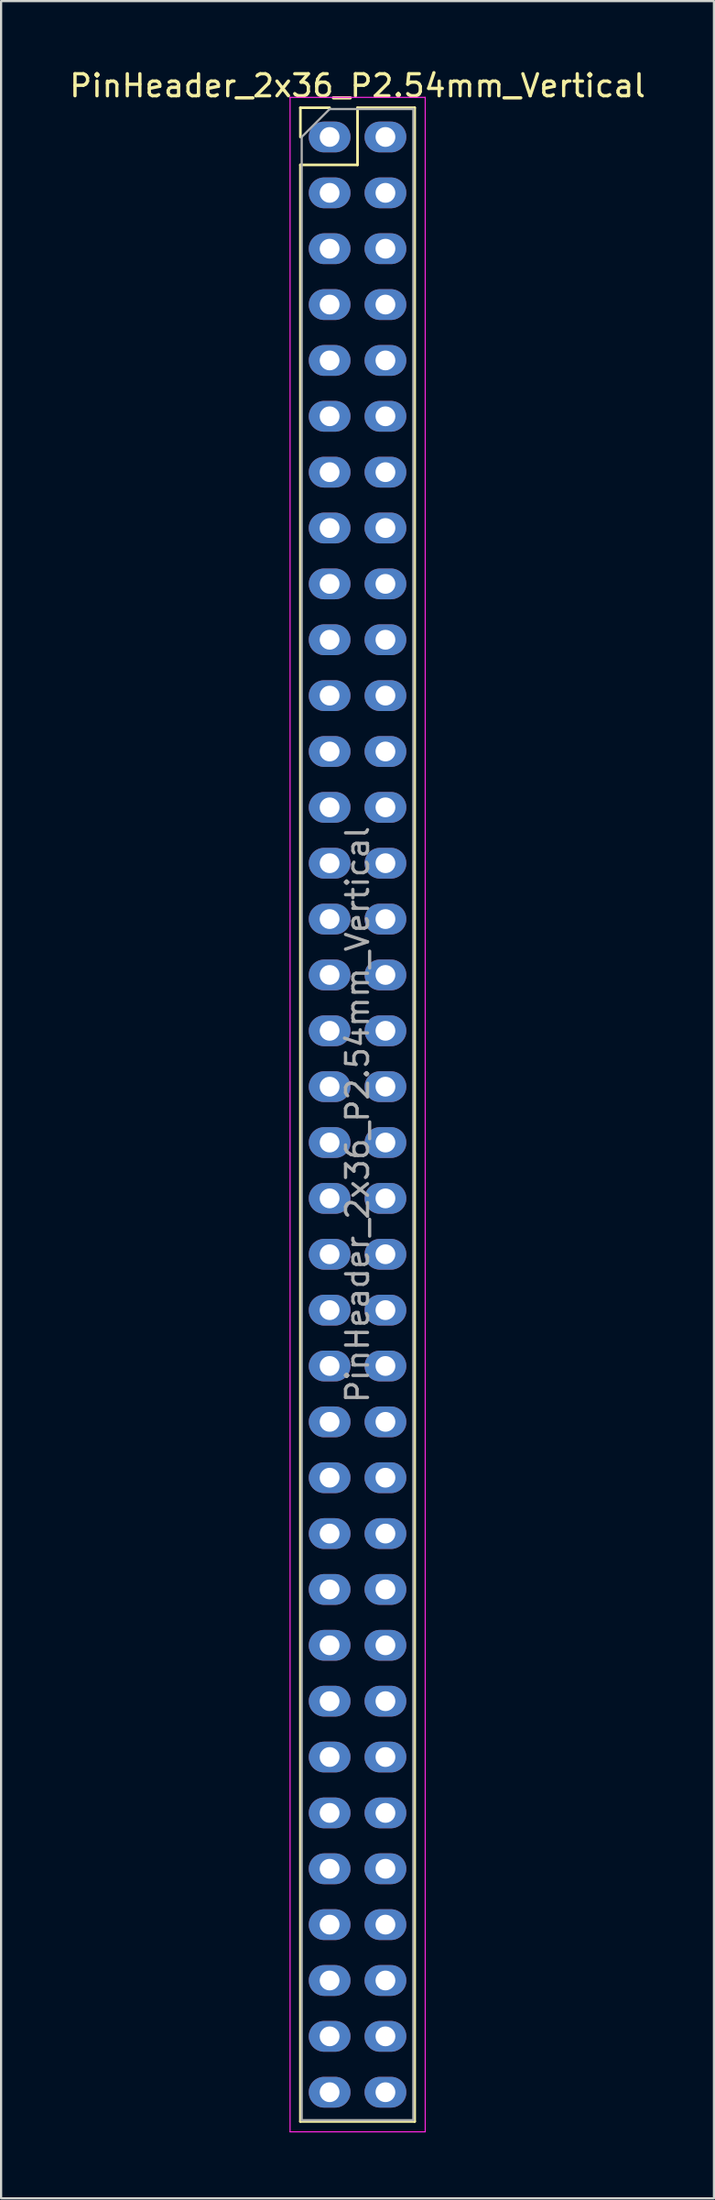
<source format=kicad_pcb>
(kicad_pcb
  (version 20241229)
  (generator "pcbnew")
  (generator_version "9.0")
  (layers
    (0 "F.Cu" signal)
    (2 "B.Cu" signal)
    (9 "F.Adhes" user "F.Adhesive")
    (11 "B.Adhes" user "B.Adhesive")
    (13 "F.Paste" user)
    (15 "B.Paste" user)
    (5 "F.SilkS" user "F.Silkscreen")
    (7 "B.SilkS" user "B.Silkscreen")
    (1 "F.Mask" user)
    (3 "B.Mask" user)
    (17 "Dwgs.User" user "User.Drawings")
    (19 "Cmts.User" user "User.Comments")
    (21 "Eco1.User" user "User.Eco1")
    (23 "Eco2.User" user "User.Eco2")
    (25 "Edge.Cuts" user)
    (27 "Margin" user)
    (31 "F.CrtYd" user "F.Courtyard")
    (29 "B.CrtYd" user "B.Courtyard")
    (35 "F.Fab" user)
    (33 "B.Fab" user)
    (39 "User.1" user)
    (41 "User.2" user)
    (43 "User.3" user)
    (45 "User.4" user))
  (footprint "PinHeader_2x36_P2.54mm_Vertical"
    (layer "F.Cu")
    (at 11.95 3.178)
    (property "Reference" "PinHeader_2x36_P2.54mm_Vertical" (at 1.27 -2.33 0) (layer "F.SilkS") (effects (font (size 1 1) (thickness 0.15))))
    (attr through_hole)
    (fp_line (start -1.33 -1.33) (end 0 -1.33) (stroke (width 0.12) (type solid)) (layer "F.SilkS"))
    (fp_line (start -1.33 0) (end -1.33 -1.33) (stroke (width 0.12) (type solid)) (layer "F.SilkS"))
    (fp_line (start -1.33 1.27) (end -1.33 90.23) (stroke (width 0.12) (type solid)) (layer "F.SilkS"))
    (fp_line (start -1.33 1.27) (end 1.27 1.27) (stroke (width 0.12) (type solid)) (layer "F.SilkS"))
    (fp_line (start -1.33 90.23) (end 3.87 90.23) (stroke (width 0.12) (type solid)) (layer "F.SilkS"))
    (fp_line (start 1.27 -1.33) (end 3.87 -1.33) (stroke (width 0.12) (type solid)) (layer "F.SilkS"))
    (fp_line (start 1.27 1.27) (end 1.27 -1.33) (stroke (width 0.12) (type solid)) (layer "F.SilkS"))
    (fp_line (start 3.87 -1.33) (end 3.87 90.23) (stroke (width 0.12) (type solid)) (layer "F.SilkS"))
    (fp_line (start -1.8 -1.8) (end -1.8 90.7) (stroke (width 0.05) (type solid)) (layer "F.CrtYd"))
    (fp_line (start -1.8 90.7) (end 4.35 90.7) (stroke (width 0.05) (type solid)) (layer "F.CrtYd"))
    (fp_line (start 4.35 -1.8) (end -1.8 -1.8) (stroke (width 0.05) (type solid)) (layer "F.CrtYd"))
    (fp_line (start 4.35 90.7) (end 4.35 -1.8) (stroke (width 0.05) (type solid)) (layer "F.CrtYd"))
    (fp_line (start -1.27 0) (end 0 -1.27) (stroke (width 0.1) (type solid)) (layer "F.Fab"))
    (fp_line (start -1.27 90.17) (end -1.27 0) (stroke (width 0.1) (type solid)) (layer "F.Fab"))
    (fp_line (start 0 -1.27) (end 3.81 -1.27) (stroke (width 0.1) (type solid)) (layer "F.Fab"))
    (fp_line (start 3.81 -1.27) (end 3.81 90.17) (stroke (width 0.1) (type solid)) (layer "F.Fab"))
    (fp_line (start 3.81 90.17) (end -1.27 90.17) (stroke (width 0.1) (type solid)) (layer "F.Fab"))
    (fp_text user "${REFERENCE}" (at 1.27 44.45 90) (layer "F.Fab") (effects (font (size 1 1) (thickness 0.15))))
    (pad "1" thru_hole oval (at 0 0 90) (size 1.4 1.9) (drill 0.9) (layers "*.Cu" "*.Mask"))
    (pad "2" thru_hole oval (at 2.54 0 90) (size 1.4 1.9) (drill 0.9) (layers "*.Cu" "*.Mask"))
    (pad "3" thru_hole oval (at 0 2.54 90) (size 1.4 1.9) (drill 0.9) (layers "*.Cu" "*.Mask"))
    (pad "4" thru_hole oval (at 2.54 2.54 90) (size 1.4 1.9) (drill 0.9) (layers "*.Cu" "*.Mask"))
    (pad "5" thru_hole oval (at 0 5.08 90) (size 1.4 1.9) (drill 0.9) (layers "*.Cu" "*.Mask"))
    (pad "6" thru_hole oval (at 2.54 5.08 90) (size 1.4 1.9) (drill 0.9) (layers "*.Cu" "*.Mask"))
    (pad "7" thru_hole oval (at 0 7.62 90) (size 1.4 1.9) (drill 0.9) (layers "*.Cu" "*.Mask"))
    (pad "8" thru_hole oval (at 2.54 7.62 90) (size 1.4 1.9) (drill 0.9) (layers "*.Cu" "*.Mask"))
    (pad "9" thru_hole oval (at 0 10.16 90) (size 1.4 1.9) (drill 0.9) (layers "*.Cu" "*.Mask"))
    (pad "10" thru_hole oval (at 2.54 10.16 90) (size 1.4 1.9) (drill 0.9) (layers "*.Cu" "*.Mask"))
    (pad "11" thru_hole oval (at 0 12.7 90) (size 1.4 1.9) (drill 0.9) (layers "*.Cu" "*.Mask"))
    (pad "12" thru_hole oval (at 2.54 12.7 90) (size 1.4 1.9) (drill 0.9) (layers "*.Cu" "*.Mask"))
    (pad "13" thru_hole oval (at 0 15.24 90) (size 1.4 1.9) (drill 0.9) (layers "*.Cu" "*.Mask"))
    (pad "14" thru_hole oval (at 2.54 15.24 90) (size 1.4 1.9) (drill 0.9) (layers "*.Cu" "*.Mask"))
    (pad "15" thru_hole oval (at 0 17.78 90) (size 1.4 1.9) (drill 0.9) (layers "*.Cu" "*.Mask"))
    (pad "16" thru_hole oval (at 2.54 17.78 90) (size 1.4 1.9) (drill 0.9) (layers "*.Cu" "*.Mask"))
    (pad "17" thru_hole oval (at 0 20.32 90) (size 1.4 1.9) (drill 0.9) (layers "*.Cu" "*.Mask"))
    (pad "18" thru_hole oval (at 2.54 20.32 90) (size 1.4 1.9) (drill 0.9) (layers "*.Cu" "*.Mask"))
    (pad "19" thru_hole oval (at 0 22.86 90) (size 1.4 1.9) (drill 0.9) (layers "*.Cu" "*.Mask"))
    (pad "20" thru_hole oval (at 2.54 22.86 90) (size 1.4 1.9) (drill 0.9) (layers "*.Cu" "*.Mask"))
    (pad "21" thru_hole oval (at 0 25.4 90) (size 1.4 1.9) (drill 0.9) (layers "*.Cu" "*.Mask"))
    (pad "22" thru_hole oval (at 2.54 25.4 90) (size 1.4 1.9) (drill 0.9) (layers "*.Cu" "*.Mask"))
    (pad "23" thru_hole oval (at 0 27.94 90) (size 1.4 1.9) (drill 0.9) (layers "*.Cu" "*.Mask"))
    (pad "24" thru_hole oval (at 2.54 27.94 90) (size 1.4 1.9) (drill 0.9) (layers "*.Cu" "*.Mask"))
    (pad "25" thru_hole oval (at 0 30.48 90) (size 1.4 1.9) (drill 0.9) (layers "*.Cu" "*.Mask"))
    (pad "26" thru_hole oval (at 2.54 30.48 90) (size 1.4 1.9) (drill 0.9) (layers "*.Cu" "*.Mask"))
    (pad "27" thru_hole oval (at 0 33.02 90) (size 1.4 1.9) (drill 0.9) (layers "*.Cu" "*.Mask"))
    (pad "28" thru_hole oval (at 2.54 33.02 90) (size 1.4 1.9) (drill 0.9) (layers "*.Cu" "*.Mask"))
    (pad "29" thru_hole oval (at 0 35.56 90) (size 1.4 1.9) (drill 0.9) (layers "*.Cu" "*.Mask"))
    (pad "30" thru_hole oval (at 2.54 35.56 90) (size 1.4 1.9) (drill 0.9) (layers "*.Cu" "*.Mask"))
    (pad "31" thru_hole oval (at 0 38.1 90) (size 1.4 1.9) (drill 0.9) (layers "*.Cu" "*.Mask"))
    (pad "32" thru_hole oval (at 2.54 38.1 90) (size 1.4 1.9) (drill 0.9) (layers "*.Cu" "*.Mask"))
    (pad "33" thru_hole oval (at 0 40.64 90) (size 1.4 1.9) (drill 0.9) (layers "*.Cu" "*.Mask"))
    (pad "34" thru_hole oval (at 2.54 40.64 90) (size 1.4 1.9) (drill 0.9) (layers "*.Cu" "*.Mask"))
    (pad "35" thru_hole oval (at 0 43.18 90) (size 1.4 1.9) (drill 0.9) (layers "*.Cu" "*.Mask"))
    (pad "36" thru_hole oval (at 2.54 43.18 90) (size 1.4 1.9) (drill 0.9) (layers "*.Cu" "*.Mask"))
    (pad "37" thru_hole oval (at 0 45.72 90) (size 1.4 1.9) (drill 0.9) (layers "*.Cu" "*.Mask"))
    (pad "38" thru_hole oval (at 2.54 45.72 90) (size 1.4 1.9) (drill 0.9) (layers "*.Cu" "*.Mask"))
    (pad "39" thru_hole oval (at 0 48.26 90) (size 1.4 1.9) (drill 0.9) (layers "*.Cu" "*.Mask"))
    (pad "40" thru_hole oval (at 2.54 48.26 90) (size 1.4 1.9) (drill 0.9) (layers "*.Cu" "*.Mask"))
    (pad "41" thru_hole oval (at 0 50.8 90) (size 1.4 1.9) (drill 0.9) (layers "*.Cu" "*.Mask"))
    (pad "42" thru_hole oval (at 2.54 50.8 90) (size 1.4 1.9) (drill 0.9) (layers "*.Cu" "*.Mask"))
    (pad "43" thru_hole oval (at 0 53.34 90) (size 1.4 1.9) (drill 0.9) (layers "*.Cu" "*.Mask"))
    (pad "44" thru_hole oval (at 2.54 53.34 90) (size 1.4 1.9) (drill 0.9) (layers "*.Cu" "*.Mask"))
    (pad "45" thru_hole oval (at 0 55.88 90) (size 1.4 1.9) (drill 0.9) (layers "*.Cu" "*.Mask"))
    (pad "46" thru_hole oval (at 2.54 55.88 90) (size 1.4 1.9) (drill 0.9) (layers "*.Cu" "*.Mask"))
    (pad "47" thru_hole oval (at 0 58.42 90) (size 1.4 1.9) (drill 0.9) (layers "*.Cu" "*.Mask"))
    (pad "48" thru_hole oval (at 2.54 58.42 90) (size 1.4 1.9) (drill 0.9) (layers "*.Cu" "*.Mask"))
    (pad "49" thru_hole oval (at 0 60.96 90) (size 1.4 1.9) (drill 0.9) (layers "*.Cu" "*.Mask"))
    (pad "50" thru_hole oval (at 2.54 60.96 90) (size 1.4 1.9) (drill 0.9) (layers "*.Cu" "*.Mask"))
    (pad "51" thru_hole oval (at 0 63.5 90) (size 1.4 1.9) (drill 0.9) (layers "*.Cu" "*.Mask"))
    (pad "52" thru_hole oval (at 2.54 63.5 90) (size 1.4 1.9) (drill 0.9) (layers "*.Cu" "*.Mask"))
    (pad "53" thru_hole oval (at 0 66.04 90) (size 1.4 1.9) (drill 0.9) (layers "*.Cu" "*.Mask"))
    (pad "54" thru_hole oval (at 2.54 66.04 90) (size 1.4 1.9) (drill 0.9) (layers "*.Cu" "*.Mask"))
    (pad "55" thru_hole oval (at 0 68.58 90) (size 1.4 1.9) (drill 0.9) (layers "*.Cu" "*.Mask"))
    (pad "56" thru_hole oval (at 2.54 68.58 90) (size 1.4 1.9) (drill 0.9) (layers "*.Cu" "*.Mask"))
    (pad "57" thru_hole oval (at 0 71.12 90) (size 1.4 1.9) (drill 0.9) (layers "*.Cu" "*.Mask"))
    (pad "58" thru_hole oval (at 2.54 71.12 90) (size 1.4 1.9) (drill 0.9) (layers "*.Cu" "*.Mask"))
    (pad "59" thru_hole oval (at 0 73.66 90) (size 1.4 1.9) (drill 0.9) (layers "*.Cu" "*.Mask"))
    (pad "60" thru_hole oval (at 2.54 73.66 90) (size 1.4 1.9) (drill 0.9) (layers "*.Cu" "*.Mask"))
    (pad "61" thru_hole oval (at 0 76.2 90) (size 1.4 1.9) (drill 0.9) (layers "*.Cu" "*.Mask"))
    (pad "62" thru_hole oval (at 2.54 76.2 90) (size 1.4 1.9) (drill 0.9) (layers "*.Cu" "*.Mask"))
    (pad "63" thru_hole oval (at 0 78.74 90) (size 1.4 1.9) (drill 0.9) (layers "*.Cu" "*.Mask"))
    (pad "64" thru_hole oval (at 2.54 78.74 90) (size 1.4 1.9) (drill 0.9) (layers "*.Cu" "*.Mask"))
    (pad "65" thru_hole oval (at 0 81.28 90) (size 1.4 1.9) (drill 0.9) (layers "*.Cu" "*.Mask"))
    (pad "66" thru_hole oval (at 2.54 81.28 90) (size 1.4 1.9) (drill 0.9) (layers "*.Cu" "*.Mask"))
    (pad "67" thru_hole oval (at 0 83.82 90) (size 1.4 1.9) (drill 0.9) (layers "*.Cu" "*.Mask"))
    (pad "68" thru_hole oval (at 2.54 83.82 90) (size 1.4 1.9) (drill 0.9) (layers "*.Cu" "*.Mask"))
    (pad "69" thru_hole oval (at 0 86.36 90) (size 1.4 1.9) (drill 0.9) (layers "*.Cu" "*.Mask"))
    (pad "70" thru_hole oval (at 2.54 86.36 90) (size 1.4 1.9) (drill 0.9) (layers "*.Cu" "*.Mask"))
    (pad "71" thru_hole oval (at 0 88.9 90) (size 1.4 1.9) (drill 0.9) (layers "*.Cu" "*.Mask"))
    (pad "72" thru_hole oval (at 2.54 88.9 90) (size 1.4 1.9) (drill 0.9) (layers "*.Cu" "*.Mask")))
  (gr_rect
    (start -3 -3)
    (end 29.44 96.903)
    (stroke (width 0.1) (type default))
    (fill no)
    (layer "Edge.Cuts")))
</source>
